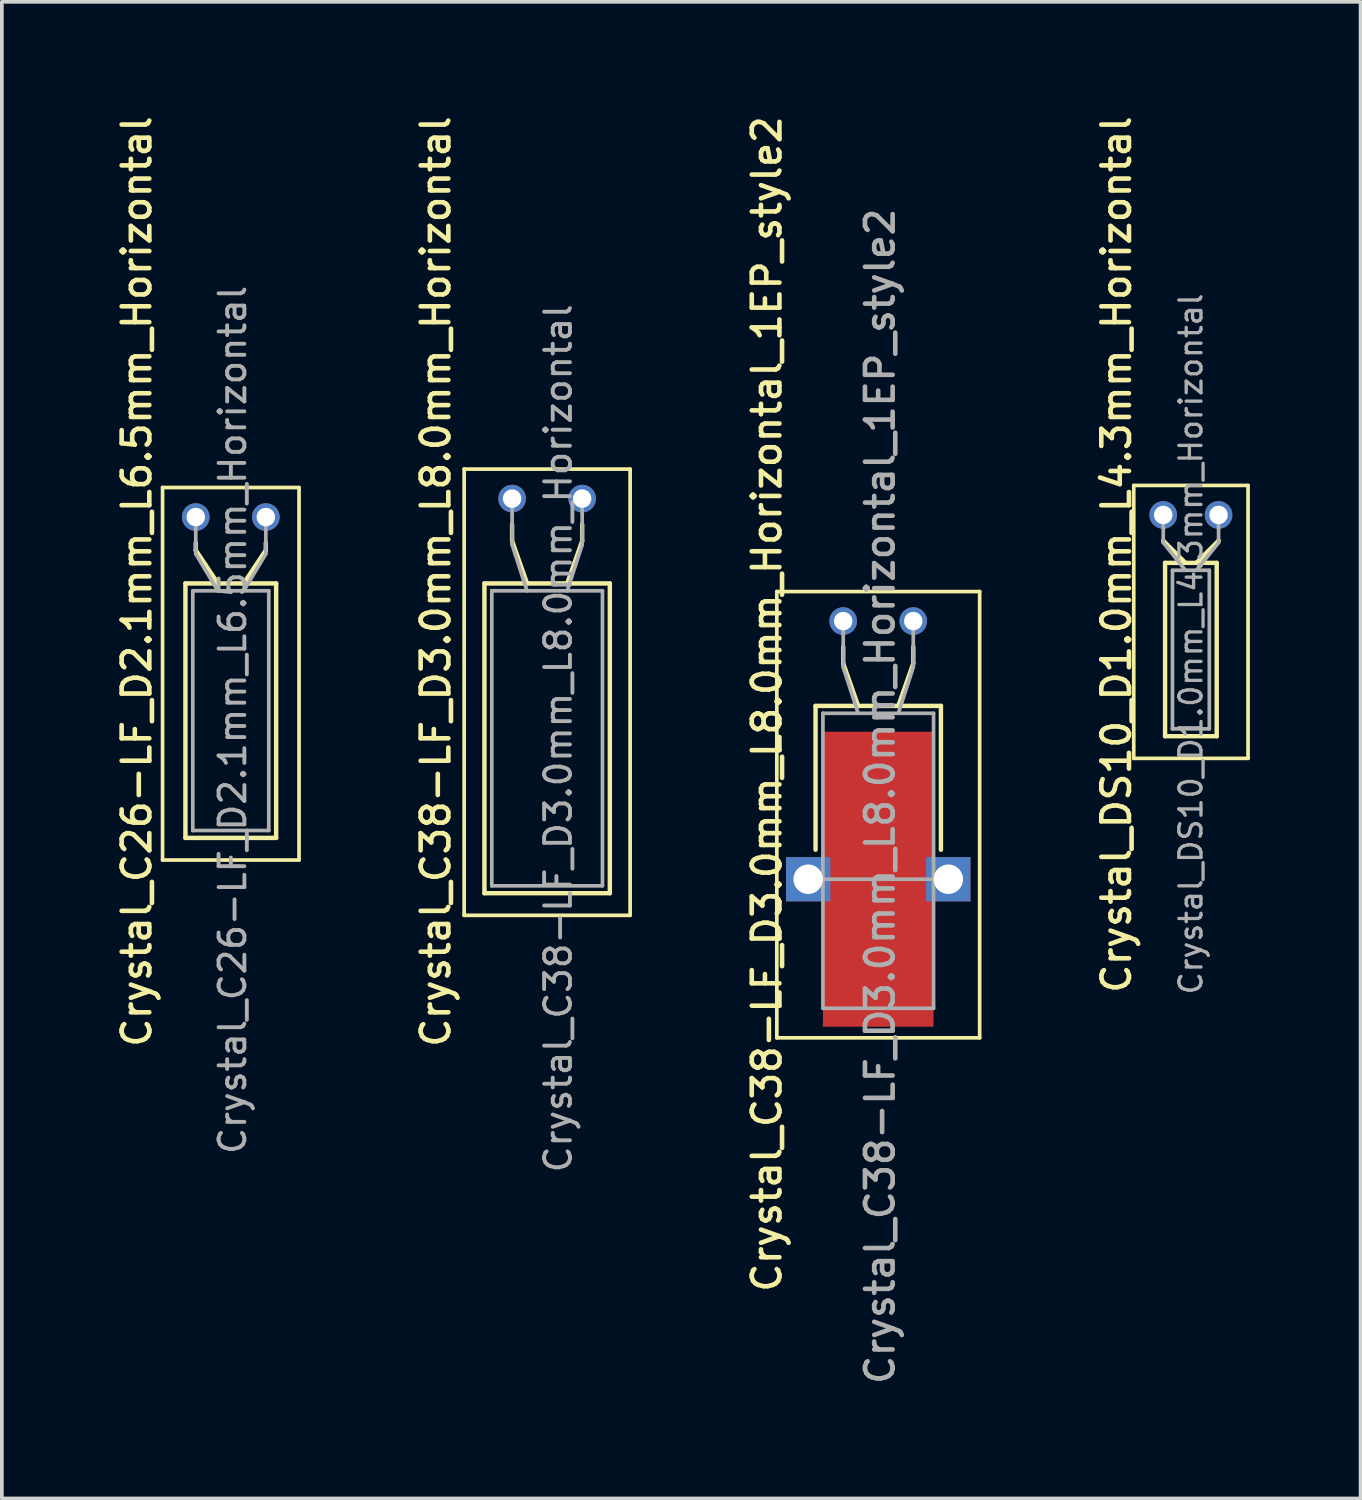
<source format=kicad_pcb>
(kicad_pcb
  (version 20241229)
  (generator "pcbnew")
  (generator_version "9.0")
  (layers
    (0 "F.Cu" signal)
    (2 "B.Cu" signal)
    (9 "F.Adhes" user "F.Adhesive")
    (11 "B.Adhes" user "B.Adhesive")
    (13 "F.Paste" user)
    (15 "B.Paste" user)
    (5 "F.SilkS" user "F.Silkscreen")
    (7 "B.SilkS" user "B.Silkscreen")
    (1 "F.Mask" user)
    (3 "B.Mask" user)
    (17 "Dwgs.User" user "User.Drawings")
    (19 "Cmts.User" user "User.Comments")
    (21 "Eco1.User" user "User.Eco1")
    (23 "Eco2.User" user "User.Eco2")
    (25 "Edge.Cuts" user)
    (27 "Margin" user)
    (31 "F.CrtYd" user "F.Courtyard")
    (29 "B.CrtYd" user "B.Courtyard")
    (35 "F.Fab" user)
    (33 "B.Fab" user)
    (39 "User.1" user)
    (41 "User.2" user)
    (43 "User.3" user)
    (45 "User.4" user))
  (footprint "Crystal_DS10_D1.0mm_L4.3mm_Horizontal"
    (layer "F.Cu")
    (at 28.492 10.913)
    (property "Reference" "Crystal_DS10_D1.0mm_L4.3mm_Horizontal" (at -1.27 1.075 90) (layer "F.SilkS") (effects (font (size 0.75 0.75) (thickness 0.125))))
    (attr through_hole)
    (fp_line (start -0.8 -0.8) (end -0.8 6.6) (stroke (width 0.1) (type solid)) (layer "F.SilkS"))
    (fp_line (start -0.8 6.6) (end 2.3 6.6) (stroke (width 0.1) (type solid)) (layer "F.SilkS"))
    (fp_line (start 0 0.7) (end 0 0.7) (stroke (width 0.12) (type solid)) (layer "F.SilkS"))
    (fp_line (start 0.05 1.3) (end 0.05 6) (stroke (width 0.12) (type solid)) (layer "F.SilkS"))
    (fp_line (start 0.05 6) (end 1.45 6) (stroke (width 0.12) (type solid)) (layer "F.SilkS"))
    (fp_line (start 0.6 1.3) (end 0 0.7) (stroke (width 0.12) (type solid)) (layer "F.SilkS"))
    (fp_line (start 0.9 1.3) (end 1.5 0.7) (stroke (width 0.12) (type solid)) (layer "F.SilkS"))
    (fp_line (start 1.45 1.3) (end 0.05 1.3) (stroke (width 0.12) (type solid)) (layer "F.SilkS"))
    (fp_line (start 1.45 6) (end 1.45 1.3) (stroke (width 0.12) (type solid)) (layer "F.SilkS"))
    (fp_line (start 1.5 0.7) (end 1.5 0.7) (stroke (width 0.12) (type solid)) (layer "F.SilkS"))
    (fp_line (start 2.3 -0.8) (end -0.8 -0.8) (stroke (width 0.1) (type solid)) (layer "F.SilkS"))
    (fp_line (start 2.3 6.6) (end 2.3 -0.8) (stroke (width 0.1) (type solid)) (layer "F.SilkS"))
    (fp_line (start 0 0.75) (end 0 0) (stroke (width 0.1) (type solid)) (layer "F.Fab"))
    (fp_line (start 0.25 1.5) (end 0.25 5.8) (stroke (width 0.1) (type solid)) (layer "F.Fab"))
    (fp_line (start 0.25 5.8) (end 1.25 5.8) (stroke (width 0.1) (type solid)) (layer "F.Fab"))
    (fp_line (start 0.6 1.5) (end 0 0.75) (stroke (width 0.1) (type solid)) (layer "F.Fab"))
    (fp_line (start 0.9 1.5) (end 1.5 0.75) (stroke (width 0.1) (type solid)) (layer "F.Fab"))
    (fp_line (start 1.25 1.5) (end 0.25 1.5) (stroke (width 0.1) (type solid)) (layer "F.Fab"))
    (fp_line (start 1.25 5.8) (end 1.25 1.5) (stroke (width 0.1) (type solid)) (layer "F.Fab"))
    (fp_line (start 1.5 0.75) (end 1.5 0) (stroke (width 0.1) (type solid)) (layer "F.Fab"))
    (fp_text user "${REFERENCE}" (at 0.75 3.5 90) (layer "F.Fab") (effects (font (size 0.6 0.6) (thickness 0.09))))
    (pad "1" thru_hole circle (at 0 0) (size 0.75 0.75) (drill 0.5) (layers "*.Cu" "*.Mask"))
    (pad "2" thru_hole circle (at 1.5 0) (size 0.75 0.75) (drill 0.5) (layers "*.Cu" "*.Mask")))
  (footprint "Crystal_C38-LF_D3.0mm_L8.0mm_Horizontal_1EP_style2"
    (layer "F.Cu")
    (at 19.814 13.791)
    (property "Reference" "Crystal_C38-LF_D3.0mm_L8.0mm_Horizontal_1EP_style2" (at -2.07 2.25 90) (layer "F.SilkS") (effects (font (size 0.75 0.75) (thickness 0.125))))
    (attr through_hole)
    (fp_line (start -1.8 -0.8) (end -1.8 11.3) (stroke (width 0.1) (type solid)) (layer "F.SilkS"))
    (fp_line (start -1.8 11.3) (end 3.7 11.3) (stroke (width 0.1) (type solid)) (layer "F.SilkS"))
    (fp_line (start -0.75 2.3) (end 2.65 2.3) (stroke (width 0.12) (type solid)) (layer "F.SilkS"))
    (fp_line (start -0.75 6.2) (end -0.75 2.3) (stroke (width 0.12) (type solid)) (layer "F.SilkS"))
    (fp_line (start 0 1.15) (end 0 0.7) (stroke (width 0.12) (type solid)) (layer "F.SilkS"))
    (fp_line (start 0.405 2.3) (end 0 1.15) (stroke (width 0.12) (type solid)) (layer "F.SilkS"))
    (fp_line (start 1.495 2.3) (end 1.9 1.15) (stroke (width 0.12) (type solid)) (layer "F.SilkS"))
    (fp_line (start 1.9 1.15) (end 1.9 0.7) (stroke (width 0.12) (type solid)) (layer "F.SilkS"))
    (fp_line (start 2.65 2.3) (end 2.65 6.2) (stroke (width 0.12) (type solid)) (layer "F.SilkS"))
    (fp_line (start 3.7 -0.8) (end -1.8 -0.8) (stroke (width 0.1) (type solid)) (layer "F.SilkS"))
    (fp_line (start 3.7 11.3) (end 3.7 -0.8) (stroke (width 0.1) (type solid)) (layer "F.SilkS"))
    (fp_line (start -0.95 7) (end 2.85 7) (stroke (width 0.1) (type solid)) (layer "F.Fab"))
    (fp_line (start -0.55 2.5) (end -0.55 10.5) (stroke (width 0.1) (type solid)) (layer "F.Fab"))
    (fp_line (start -0.55 10.5) (end 2.45 10.5) (stroke (width 0.1) (type solid)) (layer "F.Fab"))
    (fp_line (start 0 1.25) (end 0 0) (stroke (width 0.1) (type solid)) (layer "F.Fab"))
    (fp_line (start 0.405 2.5) (end 0 1.25) (stroke (width 0.1) (type solid)) (layer "F.Fab"))
    (fp_line (start 1.495 2.5) (end 1.9 1.25) (stroke (width 0.1) (type solid)) (layer "F.Fab"))
    (fp_line (start 1.9 1.25) (end 1.9 0) (stroke (width 0.1) (type solid)) (layer "F.Fab"))
    (fp_line (start 2.45 2.5) (end -0.55 2.5) (stroke (width 0.1) (type solid)) (layer "F.Fab"))
    (fp_line (start 2.45 10.5) (end 2.45 2.5) (stroke (width 0.1) (type solid)) (layer "F.Fab"))
    (fp_text user "${REFERENCE}" (at 1 4.75 90) (layer "F.Fab") (effects (font (size 0.75 0.75) (thickness 0.125))))
    (pad "1" thru_hole circle (at 0 0) (size 0.75 0.75) (drill 0.5) (layers "*.Cu" "*.Mask"))
    (pad "2" thru_hole circle (at 1.9 0) (size 0.75 0.75) (drill 0.5) (layers "*.Cu" "*.Mask"))
    (pad "3" thru_hole rect (at -0.95 7) (size 1.2 1.2) (drill 0.8) (layers "*.Cu" "*.Mask"))
    (pad "3" smd rect (at 0.95 7) (size 3 8) (layers "F.Cu" "F.Mask" "F.Paste"))
    (pad "3" thru_hole rect (at 2.85 7) (size 1.2 1.2) (drill 0.8) (layers "*.Cu" "*.Mask")))
  (footprint "Crystal_C26-LF_D2.1mm_L6.5mm_Horizontal"
    (layer "F.Cu")
    (at 2.258 10.97)
    (property "Reference" "Crystal_C26-LF_D2.1mm_L6.5mm_Horizontal" (at -1.6 1.75 90) (layer "F.SilkS") (effects (font (size 0.75 0.75) (thickness 0.125))))
    (attr through_hole)
    (fp_line (start -0.9 -0.8) (end -0.9 9.3) (stroke (width 0.1) (type solid)) (layer "F.SilkS"))
    (fp_line (start -0.9 9.3) (end 2.8 9.3) (stroke (width 0.1) (type solid)) (layer "F.SilkS"))
    (fp_line (start -0.28 1.8) (end -0.28 8.7) (stroke (width 0.12) (type solid)) (layer "F.SilkS"))
    (fp_line (start -0.28 8.7) (end 2.18 8.7) (stroke (width 0.12) (type solid)) (layer "F.SilkS"))
    (fp_line (start 0 0.9) (end 0 0.7) (stroke (width 0.12) (type solid)) (layer "F.SilkS"))
    (fp_line (start 0.6 1.8) (end 0 0.9) (stroke (width 0.12) (type solid)) (layer "F.SilkS"))
    (fp_line (start 1.3 1.8) (end 1.9 0.9) (stroke (width 0.12) (type solid)) (layer "F.SilkS"))
    (fp_line (start 1.9 0.9) (end 1.9 0.7) (stroke (width 0.12) (type solid)) (layer "F.SilkS"))
    (fp_line (start 2.18 1.8) (end -0.28 1.8) (stroke (width 0.12) (type solid)) (layer "F.SilkS"))
    (fp_line (start 2.18 8.7) (end 2.18 1.8) (stroke (width 0.12) (type solid)) (layer "F.SilkS"))
    (fp_line (start 2.8 -0.8) (end -0.9 -0.8) (stroke (width 0.1) (type solid)) (layer "F.SilkS"))
    (fp_line (start 2.8 9.3) (end 2.8 -0.8) (stroke (width 0.1) (type solid)) (layer "F.SilkS"))
    (fp_line (start -0.08 2) (end -0.08 8.5) (stroke (width 0.1) (type solid)) (layer "F.Fab"))
    (fp_line (start -0.08 8.5) (end 1.98 8.5) (stroke (width 0.1) (type solid)) (layer "F.Fab"))
    (fp_line (start 0 1) (end 0 0) (stroke (width 0.1) (type solid)) (layer "F.Fab"))
    (fp_line (start 0.6 2) (end 0 1) (stroke (width 0.1) (type solid)) (layer "F.Fab"))
    (fp_line (start 1.3 2) (end 1.9 1) (stroke (width 0.1) (type solid)) (layer "F.Fab"))
    (fp_line (start 1.9 1) (end 1.9 0) (stroke (width 0.1) (type solid)) (layer "F.Fab"))
    (fp_line (start 1.98 2) (end -0.08 2) (stroke (width 0.1) (type solid)) (layer "F.Fab"))
    (fp_line (start 1.98 8.5) (end 1.98 2) (stroke (width 0.1) (type solid)) (layer "F.Fab"))
    (fp_text user "${REFERENCE}" (at 1 5.5 90) (layer "F.Fab") (effects (font (size 0.7 0.7) (thickness 0.105))))
    (pad "1" thru_hole circle (at 0 0) (size 0.75 0.75) (drill 0.5) (layers "*.Cu" "*.Mask"))
    (pad "2" thru_hole circle (at 1.9 0) (size 0.75 0.75) (drill 0.5) (layers "*.Cu" "*.Mask")))
  (footprint "Crystal_C38-LF_D3.0mm_L8.0mm_Horizontal"
    (layer "F.Cu")
    (at 10.836 10.47)
    (property "Reference" "Crystal_C38-LF_D3.0mm_L8.0mm_Horizontal" (at -2.07 2.25 90) (layer "F.SilkS") (effects (font (size 0.75 0.75) (thickness 0.125))))
    (attr through_hole)
    (fp_line (start -1.3 -0.8) (end -1.3 11.3) (stroke (width 0.1) (type solid)) (layer "F.SilkS"))
    (fp_line (start -1.3 11.3) (end 3.2 11.3) (stroke (width 0.1) (type solid)) (layer "F.SilkS"))
    (fp_line (start -0.75 2.3) (end -0.75 10.7) (stroke (width 0.12) (type solid)) (layer "F.SilkS"))
    (fp_line (start -0.75 10.7) (end 2.65 10.7) (stroke (width 0.12) (type solid)) (layer "F.SilkS"))
    (fp_line (start 0 1.15) (end 0 0.7) (stroke (width 0.12) (type solid)) (layer "F.SilkS"))
    (fp_line (start 0.405 2.3) (end 0 1.15) (stroke (width 0.12) (type solid)) (layer "F.SilkS"))
    (fp_line (start 1.495 2.3) (end 1.9 1.15) (stroke (width 0.12) (type solid)) (layer "F.SilkS"))
    (fp_line (start 1.9 1.15) (end 1.9 0.7) (stroke (width 0.12) (type solid)) (layer "F.SilkS"))
    (fp_line (start 2.65 2.3) (end -0.75 2.3) (stroke (width 0.12) (type solid)) (layer "F.SilkS"))
    (fp_line (start 2.65 10.7) (end 2.65 2.3) (stroke (width 0.12) (type solid)) (layer "F.SilkS"))
    (fp_line (start 3.2 -0.8) (end -1.3 -0.8) (stroke (width 0.1) (type solid)) (layer "F.SilkS"))
    (fp_line (start 3.2 11.3) (end 3.2 -0.8) (stroke (width 0.1) (type solid)) (layer "F.SilkS"))
    (fp_line (start -0.55 2.5) (end -0.55 10.5) (stroke (width 0.1) (type solid)) (layer "F.Fab"))
    (fp_line (start -0.55 10.5) (end 2.45 10.5) (stroke (width 0.1) (type solid)) (layer "F.Fab"))
    (fp_line (start 0 1.25) (end 0 0) (stroke (width 0.1) (type solid)) (layer "F.Fab"))
    (fp_line (start 0.405 2.5) (end 0 1.25) (stroke (width 0.1) (type solid)) (layer "F.Fab"))
    (fp_line (start 1.495 2.5) (end 1.9 1.25) (stroke (width 0.1) (type solid)) (layer "F.Fab"))
    (fp_line (start 1.9 1.25) (end 1.9 0) (stroke (width 0.1) (type solid)) (layer "F.Fab"))
    (fp_line (start 2.45 2.5) (end -0.55 2.5) (stroke (width 0.1) (type solid)) (layer "F.Fab"))
    (fp_line (start 2.45 10.5) (end 2.45 2.5) (stroke (width 0.1) (type solid)) (layer "F.Fab"))
    (fp_text user "${REFERENCE}" (at 1.25 6.5 90) (layer "F.Fab") (effects (font (size 0.7 0.7) (thickness 0.105))))
    (pad "1" thru_hole circle (at 0 0) (size 0.75 0.75) (drill 0.5) (layers "*.Cu" "*.Mask"))
    (pad "2" thru_hole circle (at 1.9 0) (size 0.75 0.75) (drill 0.5) (layers "*.Cu" "*.Mask")))
  (gr_rect
    (start -3 -3)
    (end 33.843 37.582)
    (stroke (width 0.1) (type default))
    (fill no)
    (layer "Edge.Cuts")))
</source>
